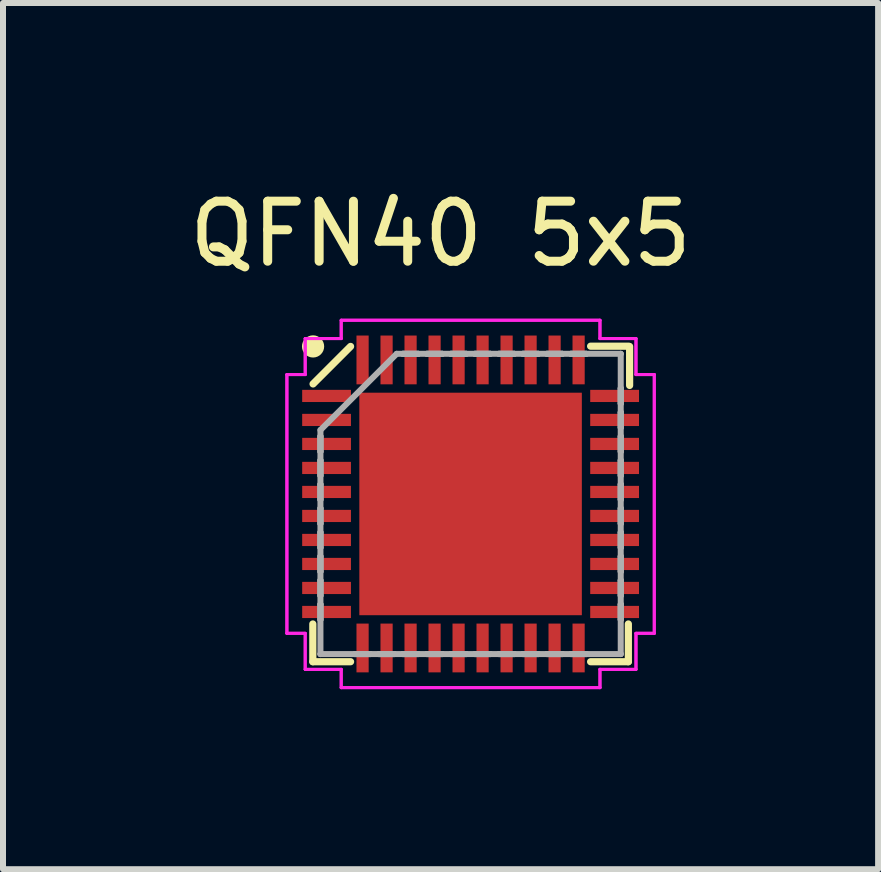
<source format=kicad_pcb>
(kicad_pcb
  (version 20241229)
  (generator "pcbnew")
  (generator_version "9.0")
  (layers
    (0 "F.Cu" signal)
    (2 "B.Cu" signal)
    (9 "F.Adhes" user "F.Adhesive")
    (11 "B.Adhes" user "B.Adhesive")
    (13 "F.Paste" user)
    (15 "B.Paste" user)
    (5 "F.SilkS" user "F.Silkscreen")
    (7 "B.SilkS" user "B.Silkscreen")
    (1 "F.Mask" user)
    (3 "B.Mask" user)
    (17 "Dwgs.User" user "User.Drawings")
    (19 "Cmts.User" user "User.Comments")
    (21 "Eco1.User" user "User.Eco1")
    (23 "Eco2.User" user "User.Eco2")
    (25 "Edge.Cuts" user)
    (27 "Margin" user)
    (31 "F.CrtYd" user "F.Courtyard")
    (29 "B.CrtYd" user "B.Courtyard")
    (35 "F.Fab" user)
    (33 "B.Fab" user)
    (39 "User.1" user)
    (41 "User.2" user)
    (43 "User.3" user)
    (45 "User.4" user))
  (footprint "QFN40 5x5"
    (layer "F.Cu")
    (at 4.792 5.348)
    (property "Reference" "QFN40 5x5" (at -0.5 -4.5 0) (layer "F.SilkS") (effects (font (size 1 1) (thickness 0.15))))
    (attr through_hole)
    (fp_line (start -2.629 2) (end -2.629 2.629) (stroke (width 0.12) (type solid)) (layer "F.SilkS"))
    (fp_line (start -2.629 2.629) (end -2 2.629) (stroke (width 0.12) (type solid)) (layer "F.SilkS"))
    (fp_line (start -2 -2.625) (end -2.625 -2) (stroke (width 0.12) (type solid)) (layer "F.SilkS"))
    (fp_line (start 2 2.629) (end 2.629 2.629) (stroke (width 0.12) (type solid)) (layer "F.SilkS"))
    (fp_line (start 2.629 -2.629) (end 2 -2.629) (stroke (width 0.12) (type solid)) (layer "F.SilkS"))
    (fp_line (start 2.629 2.629) (end 2.629 2) (stroke (width 0.12) (type solid)) (layer "F.SilkS"))
    (fp_line (start 2.65 -1.975) (end 2.65 -2.625) (stroke (width 0.12) (type solid)) (layer "F.SilkS"))
    (fp_circle (center -2.625 -2.625) (end -2.5 -2.625) (stroke (width 0.12) (type solid)) (fill yes) (layer "F.SilkS"))
    (fp_poly (pts (xy -1.754 -1.754) (xy -1.754 -0.1) (xy -0.1 -0.1) (xy -0.1 -1.754)) (stroke (width 0.1) (type solid)) (fill yes) (layer "F.Paste"))
    (fp_poly (pts (xy -1.754 0.1) (xy -1.754 1.754) (xy -0.1 1.754) (xy -0.1 0.1)) (stroke (width 0.1) (type solid)) (fill yes) (layer "F.Paste"))
    (fp_poly (pts (xy 0.1 -1.754) (xy 0.1 -0.1) (xy 1.754 -0.1) (xy 1.754 -1.754)) (stroke (width 0.1) (type solid)) (fill yes) (layer "F.Paste"))
    (fp_poly (pts (xy 0.1 0.1) (xy 0.1 1.754) (xy 1.754 1.754) (xy 1.754 0.1)) (stroke (width 0.1) (type solid)) (fill yes) (layer "F.Paste"))
    (fp_line (start -3.061 -2.156) (end -2.756 -2.156) (stroke (width 0.05) (type solid)) (layer "F.CrtYd"))
    (fp_line (start -3.061 -2.156) (end -2.756 -2.156) (stroke (width 0.05) (type solid)) (layer "F.CrtYd"))
    (fp_line (start -3.061 2.156) (end -3.061 -2.156) (stroke (width 0.05) (type solid)) (layer "F.CrtYd"))
    (fp_line (start -3.061 2.156) (end -3.061 -2.156) (stroke (width 0.05) (type solid)) (layer "F.CrtYd"))
    (fp_line (start -2.756 -2.756) (end -2.156 -2.756) (stroke (width 0.05) (type solid)) (layer "F.CrtYd"))
    (fp_line (start -2.756 -2.756) (end -2.156 -2.756) (stroke (width 0.05) (type solid)) (layer "F.CrtYd"))
    (fp_line (start -2.756 -2.156) (end -2.756 -2.756) (stroke (width 0.05) (type solid)) (layer "F.CrtYd"))
    (fp_line (start -2.756 -2.156) (end -2.756 -2.756) (stroke (width 0.05) (type solid)) (layer "F.CrtYd"))
    (fp_line (start -2.756 2.156) (end -3.061 2.156) (stroke (width 0.05) (type solid)) (layer "F.CrtYd"))
    (fp_line (start -2.756 2.156) (end -3.061 2.156) (stroke (width 0.05) (type solid)) (layer "F.CrtYd"))
    (fp_line (start -2.756 2.756) (end -2.756 2.156) (stroke (width 0.05) (type solid)) (layer "F.CrtYd"))
    (fp_line (start -2.756 2.756) (end -2.756 2.156) (stroke (width 0.05) (type solid)) (layer "F.CrtYd"))
    (fp_line (start -2.156 -3.061) (end 2.156 -3.061) (stroke (width 0.05) (type solid)) (layer "F.CrtYd"))
    (fp_line (start -2.156 -3.061) (end 2.156 -3.061) (stroke (width 0.05) (type solid)) (layer "F.CrtYd"))
    (fp_line (start -2.156 -2.756) (end -2.156 -3.061) (stroke (width 0.05) (type solid)) (layer "F.CrtYd"))
    (fp_line (start -2.156 -2.756) (end -2.156 -3.061) (stroke (width 0.05) (type solid)) (layer "F.CrtYd"))
    (fp_line (start -2.156 2.756) (end -2.756 2.756) (stroke (width 0.05) (type solid)) (layer "F.CrtYd"))
    (fp_line (start -2.156 2.756) (end -2.756 2.756) (stroke (width 0.05) (type solid)) (layer "F.CrtYd"))
    (fp_line (start -2.156 3.061) (end -2.156 2.756) (stroke (width 0.05) (type solid)) (layer "F.CrtYd"))
    (fp_line (start -2.156 3.061) (end -2.156 2.756) (stroke (width 0.05) (type solid)) (layer "F.CrtYd"))
    (fp_line (start 2.156 -3.061) (end 2.156 -2.756) (stroke (width 0.05) (type solid)) (layer "F.CrtYd"))
    (fp_line (start 2.156 -3.061) (end 2.156 -2.756) (stroke (width 0.05) (type solid)) (layer "F.CrtYd"))
    (fp_line (start 2.156 -2.756) (end 2.756 -2.756) (stroke (width 0.05) (type solid)) (layer "F.CrtYd"))
    (fp_line (start 2.156 -2.756) (end 2.756 -2.756) (stroke (width 0.05) (type solid)) (layer "F.CrtYd"))
    (fp_line (start 2.156 2.756) (end 2.156 3.061) (stroke (width 0.05) (type solid)) (layer "F.CrtYd"))
    (fp_line (start 2.156 2.756) (end 2.156 3.061) (stroke (width 0.05) (type solid)) (layer "F.CrtYd"))
    (fp_line (start 2.156 3.061) (end -2.156 3.061) (stroke (width 0.05) (type solid)) (layer "F.CrtYd"))
    (fp_line (start 2.156 3.061) (end -2.156 3.061) (stroke (width 0.05) (type solid)) (layer "F.CrtYd"))
    (fp_line (start 2.756 -2.756) (end 2.756 -2.156) (stroke (width 0.05) (type solid)) (layer "F.CrtYd"))
    (fp_line (start 2.756 -2.756) (end 2.756 -2.156) (stroke (width 0.05) (type solid)) (layer "F.CrtYd"))
    (fp_line (start 2.756 -2.156) (end 3.061 -2.156) (stroke (width 0.05) (type solid)) (layer "F.CrtYd"))
    (fp_line (start 2.756 -2.156) (end 3.061 -2.156) (stroke (width 0.05) (type solid)) (layer "F.CrtYd"))
    (fp_line (start 2.756 2.156) (end 2.756 2.756) (stroke (width 0.05) (type solid)) (layer "F.CrtYd"))
    (fp_line (start 2.756 2.156) (end 2.756 2.756) (stroke (width 0.05) (type solid)) (layer "F.CrtYd"))
    (fp_line (start 2.756 2.756) (end 2.156 2.756) (stroke (width 0.05) (type solid)) (layer "F.CrtYd"))
    (fp_line (start 2.756 2.756) (end 2.156 2.756) (stroke (width 0.05) (type solid)) (layer "F.CrtYd"))
    (fp_line (start 3.061 -2.156) (end 3.061 2.156) (stroke (width 0.05) (type solid)) (layer "F.CrtYd"))
    (fp_line (start 3.061 -2.156) (end 3.061 2.156) (stroke (width 0.05) (type solid)) (layer "F.CrtYd"))
    (fp_line (start 3.061 2.156) (end 2.756 2.156) (stroke (width 0.05) (type solid)) (layer "F.CrtYd"))
    (fp_line (start 3.061 2.156) (end 2.756 2.156) (stroke (width 0.05) (type solid)) (layer "F.CrtYd"))
    (fp_line (start -2.502 -1.232) (end -2.502 2.502) (stroke (width 0.1) (type solid)) (layer "F.Fab"))
    (fp_line (start -2.502 -1.232) (end -1.232 -2.502) (stroke (width 0.1) (type solid)) (layer "F.Fab"))
    (fp_line (start -2.502 -1.127) (end -2.502 -1.127) (stroke (width 0.1) (type solid)) (layer "F.Fab"))
    (fp_line (start -2.502 -1.127) (end -2.502 -0.873) (stroke (width 0.1) (type solid)) (layer "F.Fab"))
    (fp_line (start -2.502 -0.873) (end -2.502 -1.127) (stroke (width 0.1) (type solid)) (layer "F.Fab"))
    (fp_line (start -2.502 -0.873) (end -2.502 -0.873) (stroke (width 0.1) (type solid)) (layer "F.Fab"))
    (fp_line (start -2.502 -0.727) (end -2.502 -0.727) (stroke (width 0.1) (type solid)) (layer "F.Fab"))
    (fp_line (start -2.502 -0.727) (end -2.502 -0.473) (stroke (width 0.1) (type solid)) (layer "F.Fab"))
    (fp_line (start -2.502 -0.473) (end -2.502 -0.727) (stroke (width 0.1) (type solid)) (layer "F.Fab"))
    (fp_line (start -2.502 -0.473) (end -2.502 -0.473) (stroke (width 0.1) (type solid)) (layer "F.Fab"))
    (fp_line (start -2.502 -0.327) (end -2.502 -0.327) (stroke (width 0.1) (type solid)) (layer "F.Fab"))
    (fp_line (start -2.502 -0.327) (end -2.502 -0.073) (stroke (width 0.1) (type solid)) (layer "F.Fab"))
    (fp_line (start -2.502 -0.073) (end -2.502 -0.327) (stroke (width 0.1) (type solid)) (layer "F.Fab"))
    (fp_line (start -2.502 -0.073) (end -2.502 -0.073) (stroke (width 0.1) (type solid)) (layer "F.Fab"))
    (fp_line (start -2.502 0.073) (end -2.502 0.073) (stroke (width 0.1) (type solid)) (layer "F.Fab"))
    (fp_line (start -2.502 0.073) (end -2.502 0.327) (stroke (width 0.1) (type solid)) (layer "F.Fab"))
    (fp_line (start -2.502 0.327) (end -2.502 0.073) (stroke (width 0.1) (type solid)) (layer "F.Fab"))
    (fp_line (start -2.502 0.327) (end -2.502 0.327) (stroke (width 0.1) (type solid)) (layer "F.Fab"))
    (fp_line (start -2.502 0.473) (end -2.502 0.473) (stroke (width 0.1) (type solid)) (layer "F.Fab"))
    (fp_line (start -2.502 0.473) (end -2.502 0.727) (stroke (width 0.1) (type solid)) (layer "F.Fab"))
    (fp_line (start -2.502 0.727) (end -2.502 0.473) (stroke (width 0.1) (type solid)) (layer "F.Fab"))
    (fp_line (start -2.502 0.727) (end -2.502 0.727) (stroke (width 0.1) (type solid)) (layer "F.Fab"))
    (fp_line (start -2.502 0.873) (end -2.502 0.873) (stroke (width 0.1) (type solid)) (layer "F.Fab"))
    (fp_line (start -2.502 0.873) (end -2.502 1.127) (stroke (width 0.1) (type solid)) (layer "F.Fab"))
    (fp_line (start -2.502 1.127) (end -2.502 0.873) (stroke (width 0.1) (type solid)) (layer "F.Fab"))
    (fp_line (start -2.502 1.127) (end -2.502 1.127) (stroke (width 0.1) (type solid)) (layer "F.Fab"))
    (fp_line (start -2.502 1.273) (end -2.502 1.273) (stroke (width 0.1) (type solid)) (layer "F.Fab"))
    (fp_line (start -2.502 1.273) (end -2.502 1.527) (stroke (width 0.1) (type solid)) (layer "F.Fab"))
    (fp_line (start -2.502 1.527) (end -2.502 1.273) (stroke (width 0.1) (type solid)) (layer "F.Fab"))
    (fp_line (start -2.502 1.527) (end -2.502 1.527) (stroke (width 0.1) (type solid)) (layer "F.Fab"))
    (fp_line (start -2.502 1.673) (end -2.502 1.673) (stroke (width 0.1) (type solid)) (layer "F.Fab"))
    (fp_line (start -2.502 1.673) (end -2.502 1.927) (stroke (width 0.1) (type solid)) (layer "F.Fab"))
    (fp_line (start -2.502 1.927) (end -2.502 1.673) (stroke (width 0.1) (type solid)) (layer "F.Fab"))
    (fp_line (start -2.502 1.927) (end -2.502 1.927) (stroke (width 0.1) (type solid)) (layer "F.Fab"))
    (fp_line (start -2.502 2.502) (end -2.502 2.502) (stroke (width 0.1) (type solid)) (layer "F.Fab"))
    (fp_line (start -2.502 2.502) (end 2.502 2.502) (stroke (width 0.1) (type solid)) (layer "F.Fab"))
    (fp_line (start -1.927 2.502) (end -1.927 2.502) (stroke (width 0.1) (type solid)) (layer "F.Fab"))
    (fp_line (start -1.927 2.502) (end -1.673 2.502) (stroke (width 0.1) (type solid)) (layer "F.Fab"))
    (fp_line (start -1.673 2.502) (end -1.927 2.502) (stroke (width 0.1) (type solid)) (layer "F.Fab"))
    (fp_line (start -1.673 2.502) (end -1.673 2.502) (stroke (width 0.1) (type solid)) (layer "F.Fab"))
    (fp_line (start -1.527 2.502) (end -1.527 2.502) (stroke (width 0.1) (type solid)) (layer "F.Fab"))
    (fp_line (start -1.527 2.502) (end -1.273 2.502) (stroke (width 0.1) (type solid)) (layer "F.Fab"))
    (fp_line (start -1.273 2.502) (end -1.527 2.502) (stroke (width 0.1) (type solid)) (layer "F.Fab"))
    (fp_line (start -1.273 2.502) (end -1.273 2.502) (stroke (width 0.1) (type solid)) (layer "F.Fab"))
    (fp_line (start -1.127 -2.502) (end -1.127 -2.502) (stroke (width 0.1) (type solid)) (layer "F.Fab"))
    (fp_line (start -1.127 -2.502) (end -0.873 -2.502) (stroke (width 0.1) (type solid)) (layer "F.Fab"))
    (fp_line (start -1.127 2.502) (end -1.127 2.502) (stroke (width 0.1) (type solid)) (layer "F.Fab"))
    (fp_line (start -1.127 2.502) (end -0.873 2.502) (stroke (width 0.1) (type solid)) (layer "F.Fab"))
    (fp_line (start -0.873 -2.502) (end -1.127 -2.502) (stroke (width 0.1) (type solid)) (layer "F.Fab"))
    (fp_line (start -0.873 -2.502) (end -0.873 -2.502) (stroke (width 0.1) (type solid)) (layer "F.Fab"))
    (fp_line (start -0.873 2.502) (end -1.127 2.502) (stroke (width 0.1) (type solid)) (layer "F.Fab"))
    (fp_line (start -0.873 2.502) (end -0.873 2.502) (stroke (width 0.1) (type solid)) (layer "F.Fab"))
    (fp_line (start -0.727 -2.502) (end -0.727 -2.502) (stroke (width 0.1) (type solid)) (layer "F.Fab"))
    (fp_line (start -0.727 -2.502) (end -0.473 -2.502) (stroke (width 0.1) (type solid)) (layer "F.Fab"))
    (fp_line (start -0.727 2.502) (end -0.727 2.502) (stroke (width 0.1) (type solid)) (layer "F.Fab"))
    (fp_line (start -0.727 2.502) (end -0.473 2.502) (stroke (width 0.1) (type solid)) (layer "F.Fab"))
    (fp_line (start -0.473 -2.502) (end -0.727 -2.502) (stroke (width 0.1) (type solid)) (layer "F.Fab"))
    (fp_line (start -0.473 -2.502) (end -0.473 -2.502) (stroke (width 0.1) (type solid)) (layer "F.Fab"))
    (fp_line (start -0.473 2.502) (end -0.727 2.502) (stroke (width 0.1) (type solid)) (layer "F.Fab"))
    (fp_line (start -0.473 2.502) (end -0.473 2.502) (stroke (width 0.1) (type solid)) (layer "F.Fab"))
    (fp_line (start -0.327 -2.502) (end -0.327 -2.502) (stroke (width 0.1) (type solid)) (layer "F.Fab"))
    (fp_line (start -0.327 -2.502) (end -0.073 -2.502) (stroke (width 0.1) (type solid)) (layer "F.Fab"))
    (fp_line (start -0.327 2.502) (end -0.327 2.502) (stroke (width 0.1) (type solid)) (layer "F.Fab"))
    (fp_line (start -0.327 2.502) (end -0.073 2.502) (stroke (width 0.1) (type solid)) (layer "F.Fab"))
    (fp_line (start -0.073 -2.502) (end -0.327 -2.502) (stroke (width 0.1) (type solid)) (layer "F.Fab"))
    (fp_line (start -0.073 -2.502) (end -0.073 -2.502) (stroke (width 0.1) (type solid)) (layer "F.Fab"))
    (fp_line (start -0.073 2.502) (end -0.327 2.502) (stroke (width 0.1) (type solid)) (layer "F.Fab"))
    (fp_line (start -0.073 2.502) (end -0.073 2.502) (stroke (width 0.1) (type solid)) (layer "F.Fab"))
    (fp_line (start 0.073 -2.502) (end 0.073 -2.502) (stroke (width 0.1) (type solid)) (layer "F.Fab"))
    (fp_line (start 0.073 -2.502) (end 0.327 -2.502) (stroke (width 0.1) (type solid)) (layer "F.Fab"))
    (fp_line (start 0.073 2.502) (end 0.073 2.502) (stroke (width 0.1) (type solid)) (layer "F.Fab"))
    (fp_line (start 0.073 2.502) (end 0.327 2.502) (stroke (width 0.1) (type solid)) (layer "F.Fab"))
    (fp_line (start 0.327 -2.502) (end 0.073 -2.502) (stroke (width 0.1) (type solid)) (layer "F.Fab"))
    (fp_line (start 0.327 -2.502) (end 0.327 -2.502) (stroke (width 0.1) (type solid)) (layer "F.Fab"))
    (fp_line (start 0.327 2.502) (end 0.073 2.502) (stroke (width 0.1) (type solid)) (layer "F.Fab"))
    (fp_line (start 0.327 2.502) (end 0.327 2.502) (stroke (width 0.1) (type solid)) (layer "F.Fab"))
    (fp_line (start 0.473 -2.502) (end 0.473 -2.502) (stroke (width 0.1) (type solid)) (layer "F.Fab"))
    (fp_line (start 0.473 -2.502) (end 0.727 -2.502) (stroke (width 0.1) (type solid)) (layer "F.Fab"))
    (fp_line (start 0.473 2.502) (end 0.473 2.502) (stroke (width 0.1) (type solid)) (layer "F.Fab"))
    (fp_line (start 0.473 2.502) (end 0.727 2.502) (stroke (width 0.1) (type solid)) (layer "F.Fab"))
    (fp_line (start 0.727 -2.502) (end 0.473 -2.502) (stroke (width 0.1) (type solid)) (layer "F.Fab"))
    (fp_line (start 0.727 -2.502) (end 0.727 -2.502) (stroke (width 0.1) (type solid)) (layer "F.Fab"))
    (fp_line (start 0.727 2.502) (end 0.473 2.502) (stroke (width 0.1) (type solid)) (layer "F.Fab"))
    (fp_line (start 0.727 2.502) (end 0.727 2.502) (stroke (width 0.1) (type solid)) (layer "F.Fab"))
    (fp_line (start 0.873 -2.502) (end 0.873 -2.502) (stroke (width 0.1) (type solid)) (layer "F.Fab"))
    (fp_line (start 0.873 -2.502) (end 1.127 -2.502) (stroke (width 0.1) (type solid)) (layer "F.Fab"))
    (fp_line (start 0.873 2.502) (end 0.873 2.502) (stroke (width 0.1) (type solid)) (layer "F.Fab"))
    (fp_line (start 0.873 2.502) (end 1.127 2.502) (stroke (width 0.1) (type solid)) (layer "F.Fab"))
    (fp_line (start 1.127 -2.502) (end 0.873 -2.502) (stroke (width 0.1) (type solid)) (layer "F.Fab"))
    (fp_line (start 1.127 -2.502) (end 1.127 -2.502) (stroke (width 0.1) (type solid)) (layer "F.Fab"))
    (fp_line (start 1.127 2.502) (end 0.873 2.502) (stroke (width 0.1) (type solid)) (layer "F.Fab"))
    (fp_line (start 1.127 2.502) (end 1.127 2.502) (stroke (width 0.1) (type solid)) (layer "F.Fab"))
    (fp_line (start 1.273 -2.502) (end 1.273 -2.502) (stroke (width 0.1) (type solid)) (layer "F.Fab"))
    (fp_line (start 1.273 -2.502) (end 1.527 -2.502) (stroke (width 0.1) (type solid)) (layer "F.Fab"))
    (fp_line (start 1.273 2.502) (end 1.273 2.502) (stroke (width 0.1) (type solid)) (layer "F.Fab"))
    (fp_line (start 1.273 2.502) (end 1.527 2.502) (stroke (width 0.1) (type solid)) (layer "F.Fab"))
    (fp_line (start 1.527 -2.502) (end 1.273 -2.502) (stroke (width 0.1) (type solid)) (layer "F.Fab"))
    (fp_line (start 1.527 -2.502) (end 1.527 -2.502) (stroke (width 0.1) (type solid)) (layer "F.Fab"))
    (fp_line (start 1.527 2.502) (end 1.273 2.502) (stroke (width 0.1) (type solid)) (layer "F.Fab"))
    (fp_line (start 1.527 2.502) (end 1.527 2.502) (stroke (width 0.1) (type solid)) (layer "F.Fab"))
    (fp_line (start 1.673 -2.502) (end 1.673 -2.502) (stroke (width 0.1) (type solid)) (layer "F.Fab"))
    (fp_line (start 1.673 -2.502) (end 1.927 -2.502) (stroke (width 0.1) (type solid)) (layer "F.Fab"))
    (fp_line (start 1.673 2.502) (end 1.673 2.502) (stroke (width 0.1) (type solid)) (layer "F.Fab"))
    (fp_line (start 1.673 2.502) (end 1.927 2.502) (stroke (width 0.1) (type solid)) (layer "F.Fab"))
    (fp_line (start 1.927 -2.502) (end 1.673 -2.502) (stroke (width 0.1) (type solid)) (layer "F.Fab"))
    (fp_line (start 1.927 -2.502) (end 1.927 -2.502) (stroke (width 0.1) (type solid)) (layer "F.Fab"))
    (fp_line (start 1.927 2.502) (end 1.673 2.502) (stroke (width 0.1) (type solid)) (layer "F.Fab"))
    (fp_line (start 1.927 2.502) (end 1.927 2.502) (stroke (width 0.1) (type solid)) (layer "F.Fab"))
    (fp_line (start 2.502 -2.502) (end -1.232 -2.502) (stroke (width 0.1) (type solid)) (layer "F.Fab"))
    (fp_line (start 2.502 -2.502) (end 2.502 -2.502) (stroke (width 0.1) (type solid)) (layer "F.Fab"))
    (fp_line (start 2.502 -1.927) (end 2.502 -1.927) (stroke (width 0.1) (type solid)) (layer "F.Fab"))
    (fp_line (start 2.502 -1.927) (end 2.502 -1.673) (stroke (width 0.1) (type solid)) (layer "F.Fab"))
    (fp_line (start 2.502 -1.673) (end 2.502 -1.927) (stroke (width 0.1) (type solid)) (layer "F.Fab"))
    (fp_line (start 2.502 -1.673) (end 2.502 -1.673) (stroke (width 0.1) (type solid)) (layer "F.Fab"))
    (fp_line (start 2.502 -1.527) (end 2.502 -1.527) (stroke (width 0.1) (type solid)) (layer "F.Fab"))
    (fp_line (start 2.502 -1.527) (end 2.502 -1.273) (stroke (width 0.1) (type solid)) (layer "F.Fab"))
    (fp_line (start 2.502 -1.273) (end 2.502 -1.527) (stroke (width 0.1) (type solid)) (layer "F.Fab"))
    (fp_line (start 2.502 -1.273) (end 2.502 -1.273) (stroke (width 0.1) (type solid)) (layer "F.Fab"))
    (fp_line (start 2.502 -1.127) (end 2.502 -1.127) (stroke (width 0.1) (type solid)) (layer "F.Fab"))
    (fp_line (start 2.502 -1.127) (end 2.502 -0.873) (stroke (width 0.1) (type solid)) (layer "F.Fab"))
    (fp_line (start 2.502 -0.873) (end 2.502 -1.127) (stroke (width 0.1) (type solid)) (layer "F.Fab"))
    (fp_line (start 2.502 -0.873) (end 2.502 -0.873) (stroke (width 0.1) (type solid)) (layer "F.Fab"))
    (fp_line (start 2.502 -0.727) (end 2.502 -0.727) (stroke (width 0.1) (type solid)) (layer "F.Fab"))
    (fp_line (start 2.502 -0.727) (end 2.502 -0.473) (stroke (width 0.1) (type solid)) (layer "F.Fab"))
    (fp_line (start 2.502 -0.473) (end 2.502 -0.727) (stroke (width 0.1) (type solid)) (layer "F.Fab"))
    (fp_line (start 2.502 -0.473) (end 2.502 -0.473) (stroke (width 0.1) (type solid)) (layer "F.Fab"))
    (fp_line (start 2.502 -0.327) (end 2.502 -0.327) (stroke (width 0.1) (type solid)) (layer "F.Fab"))
    (fp_line (start 2.502 -0.327) (end 2.502 -0.073) (stroke (width 0.1) (type solid)) (layer "F.Fab"))
    (fp_line (start 2.502 -0.073) (end 2.502 -0.327) (stroke (width 0.1) (type solid)) (layer "F.Fab"))
    (fp_line (start 2.502 -0.073) (end 2.502 -0.073) (stroke (width 0.1) (type solid)) (layer "F.Fab"))
    (fp_line (start 2.502 0.073) (end 2.502 0.073) (stroke (width 0.1) (type solid)) (layer "F.Fab"))
    (fp_line (start 2.502 0.073) (end 2.502 0.327) (stroke (width 0.1) (type solid)) (layer "F.Fab"))
    (fp_line (start 2.502 0.327) (end 2.502 0.073) (stroke (width 0.1) (type solid)) (layer "F.Fab"))
    (fp_line (start 2.502 0.327) (end 2.502 0.327) (stroke (width 0.1) (type solid)) (layer "F.Fab"))
    (fp_line (start 2.502 0.473) (end 2.502 0.473) (stroke (width 0.1) (type solid)) (layer "F.Fab"))
    (fp_line (start 2.502 0.473) (end 2.502 0.727) (stroke (width 0.1) (type solid)) (layer "F.Fab"))
    (fp_line (start 2.502 0.727) (end 2.502 0.473) (stroke (width 0.1) (type solid)) (layer "F.Fab"))
    (fp_line (start 2.502 0.727) (end 2.502 0.727) (stroke (width 0.1) (type solid)) (layer "F.Fab"))
    (fp_line (start 2.502 0.873) (end 2.502 0.873) (stroke (width 0.1) (type solid)) (layer "F.Fab"))
    (fp_line (start 2.502 0.873) (end 2.502 1.127) (stroke (width 0.1) (type solid)) (layer "F.Fab"))
    (fp_line (start 2.502 1.127) (end 2.502 0.873) (stroke (width 0.1) (type solid)) (layer "F.Fab"))
    (fp_line (start 2.502 1.127) (end 2.502 1.127) (stroke (width 0.1) (type solid)) (layer "F.Fab"))
    (fp_line (start 2.502 1.273) (end 2.502 1.273) (stroke (width 0.1) (type solid)) (layer "F.Fab"))
    (fp_line (start 2.502 1.273) (end 2.502 1.527) (stroke (width 0.1) (type solid)) (layer "F.Fab"))
    (fp_line (start 2.502 1.527) (end 2.502 1.273) (stroke (width 0.1) (type solid)) (layer "F.Fab"))
    (fp_line (start 2.502 1.527) (end 2.502 1.527) (stroke (width 0.1) (type solid)) (layer "F.Fab"))
    (fp_line (start 2.502 1.673) (end 2.502 1.673) (stroke (width 0.1) (type solid)) (layer "F.Fab"))
    (fp_line (start 2.502 1.673) (end 2.502 1.927) (stroke (width 0.1) (type solid)) (layer "F.Fab"))
    (fp_line (start 2.502 1.927) (end 2.502 1.673) (stroke (width 0.1) (type solid)) (layer "F.Fab"))
    (fp_line (start 2.502 1.927) (end 2.502 1.927) (stroke (width 0.1) (type solid)) (layer "F.Fab"))
    (fp_line (start 2.502 2.502) (end 2.502 -2.502) (stroke (width 0.1) (type solid)) (layer "F.Fab"))
    (fp_line (start 2.502 2.502) (end 2.502 2.502) (stroke (width 0.1) (type solid)) (layer "F.Fab"))
    (pad "1" smd rect (at -2.4 -1.8 90) (size 0.203 0.813) (layers "F.Cu" "F.Mask" "F.Paste"))
    (pad "2" smd rect (at -2.4 -1.4 90) (size 0.203 0.813) (layers "F.Cu" "F.Mask" "F.Paste"))
    (pad "3" smd rect (at -2.4 -1 90) (size 0.203 0.813) (layers "F.Cu" "F.Mask" "F.Paste"))
    (pad "4" smd rect (at -2.4 -0.6 90) (size 0.203 0.813) (layers "F.Cu" "F.Mask" "F.Paste"))
    (pad "5" smd rect (at -2.4 -0.2 90) (size 0.203 0.813) (layers "F.Cu" "F.Mask" "F.Paste"))
    (pad "6" smd rect (at -2.4 0.2 90) (size 0.203 0.813) (layers "F.Cu" "F.Mask" "F.Paste"))
    (pad "7" smd rect (at -2.4 0.6 90) (size 0.203 0.813) (layers "F.Cu" "F.Mask" "F.Paste"))
    (pad "8" smd rect (at -2.4 1 90) (size 0.203 0.813) (layers "F.Cu" "F.Mask" "F.Paste"))
    (pad "9" smd rect (at -2.4 1.4 90) (size 0.203 0.813) (layers "F.Cu" "F.Mask" "F.Paste"))
    (pad "10" smd rect (at -2.4 1.8 90) (size 0.203 0.813) (layers "F.Cu" "F.Mask" "F.Paste"))
    (pad "11" smd rect (at -1.8 2.4) (size 0.203 0.813) (layers "F.Cu" "F.Mask" "F.Paste"))
    (pad "12" smd rect (at -1.4 2.4) (size 0.203 0.813) (layers "F.Cu" "F.Mask" "F.Paste"))
    (pad "13" smd rect (at -1 2.4) (size 0.203 0.813) (layers "F.Cu" "F.Mask" "F.Paste"))
    (pad "14" smd rect (at -0.6 2.4) (size 0.203 0.813) (layers "F.Cu" "F.Mask" "F.Paste"))
    (pad "15" smd rect (at -0.2 2.4) (size 0.203 0.813) (layers "F.Cu" "F.Mask" "F.Paste"))
    (pad "16" smd rect (at 0.2 2.4) (size 0.203 0.813) (layers "F.Cu" "F.Mask" "F.Paste"))
    (pad "17" smd rect (at 0.6 2.4) (size 0.203 0.813) (layers "F.Cu" "F.Mask" "F.Paste"))
    (pad "18" smd rect (at 1 2.4) (size 0.203 0.813) (layers "F.Cu" "F.Mask" "F.Paste"))
    (pad "19" smd rect (at 1.4 2.4) (size 0.203 0.813) (layers "F.Cu" "F.Mask" "F.Paste"))
    (pad "20" smd rect (at 1.8 2.4) (size 0.203 0.813) (layers "F.Cu" "F.Mask" "F.Paste"))
    (pad "21" smd rect (at 2.4 1.8 90) (size 0.203 0.813) (layers "F.Cu" "F.Mask" "F.Paste"))
    (pad "22" smd rect (at 2.4 1.4 90) (size 0.203 0.813) (layers "F.Cu" "F.Mask" "F.Paste"))
    (pad "23" smd rect (at 2.4 1 90) (size 0.203 0.813) (layers "F.Cu" "F.Mask" "F.Paste"))
    (pad "24" smd rect (at 2.4 0.6 90) (size 0.203 0.813) (layers "F.Cu" "F.Mask" "F.Paste"))
    (pad "25" smd rect (at 2.4 0.2 90) (size 0.203 0.813) (layers "F.Cu" "F.Mask" "F.Paste"))
    (pad "26" smd rect (at 2.4 -0.2 90) (size 0.203 0.813) (layers "F.Cu" "F.Mask" "F.Paste"))
    (pad "27" smd rect (at 2.4 -0.6 90) (size 0.203 0.813) (layers "F.Cu" "F.Mask" "F.Paste"))
    (pad "28" smd rect (at 2.4 -1 90) (size 0.203 0.813) (layers "F.Cu" "F.Mask" "F.Paste"))
    (pad "29" smd rect (at 2.4 -1.4 90) (size 0.203 0.813) (layers "F.Cu" "F.Mask" "F.Paste"))
    (pad "30" smd rect (at 2.4 -1.8 90) (size 0.203 0.813) (layers "F.Cu" "F.Mask" "F.Paste"))
    (pad "31" smd rect (at 1.8 -2.4) (size 0.203 0.813) (layers "F.Cu" "F.Mask" "F.Paste"))
    (pad "32" smd rect (at 1.4 -2.4) (size 0.203 0.813) (layers "F.Cu" "F.Mask" "F.Paste"))
    (pad "33" smd rect (at 1 -2.4) (size 0.203 0.813) (layers "F.Cu" "F.Mask" "F.Paste"))
    (pad "34" smd rect (at 0.6 -2.4) (size 0.203 0.813) (layers "F.Cu" "F.Mask" "F.Paste"))
    (pad "35" smd rect (at 0.2 -2.4) (size 0.203 0.813) (layers "F.Cu" "F.Mask" "F.Paste"))
    (pad "36" smd rect (at -0.2 -2.4) (size 0.203 0.813) (layers "F.Cu" "F.Mask" "F.Paste"))
    (pad "37" smd rect (at -0.6 -2.4) (size 0.203 0.813) (layers "F.Cu" "F.Mask" "F.Paste"))
    (pad "38" smd rect (at -1 -2.4) (size 0.203 0.813) (layers "F.Cu" "F.Mask" "F.Paste"))
    (pad "39" smd rect (at -1.4 -2.4) (size 0.203 0.813) (layers "F.Cu" "F.Mask" "F.Paste"))
    (pad "40" smd rect (at -1.8 -2.4) (size 0.203 0.813) (layers "F.Cu" "F.Mask" "F.Paste"))
    (pad "41" smd rect (at 0 0) (size 3.708 3.708) (layers "F.Cu" "F.Mask")))
  (gr_rect
    (start -3 -3)
    (end 11.583 11.434)
    (stroke (width 0.1) (type default))
    (fill no)
    (layer "Edge.Cuts")))
</source>
